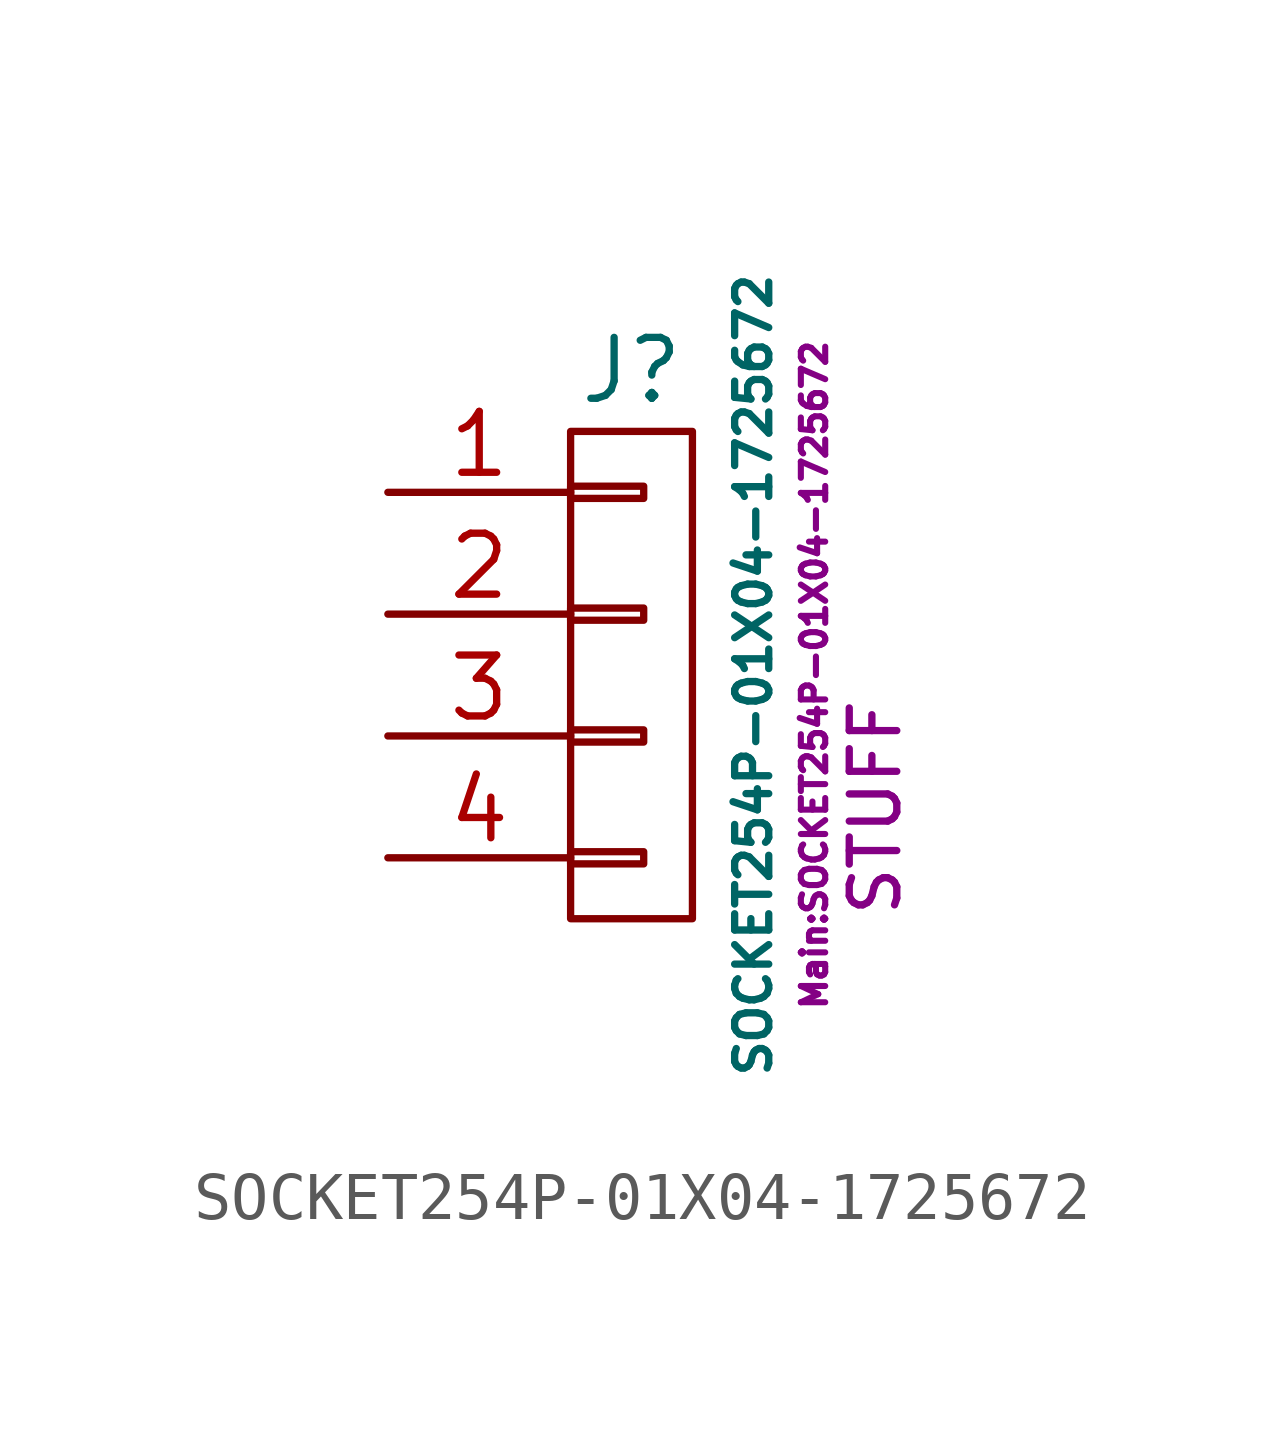
<source format=kicad_sym>
(kicad_symbol_lib
  (version 20211014)
  (generator kicad_symbol_editor)
  (symbol "SOCKET254P-01X04-1725672"
    (pin_names
      (offset 1.016) hide)
    (property "Reference" "J"
      (at 0 6.35 0)
      (effects (font (size 1.27 1.27))))
    (property "Value" "SOCKET254P-01X04-1725672"
      (at 2.54 0 90)
      (effects (font (size 0.711 0.711))))
    (property "Footprint" "Main:SOCKET254P-01X04-1725672"
      (at 3.81 0 90)
      (effects (font (size 0.508 0.508))))
    (property "Datasheet" ""
      (at 0 6.35 0)
      (effects (font (size 1.27 1.27))))
    (property "SKU" "STUFF"
      (at 5.08 -5.08 90)
      (effects (font (size 0.991 0.991)) (justify left)))
    (symbol "SOCKET254P-01X04-1725672_0_1"
      (rectangle (start -1.27 -3.683) (end 0.254 -3.937) (stroke (width 0) (type default) (color 0 0 0 0)) (fill (type none)))
      (rectangle (start -1.27 -1.143) (end 0.254 -1.397) (stroke (width 0) (type default) (color 0 0 0 0)) (fill (type none)))
      (rectangle (start -1.27 1.397) (end 0.254 1.143) (stroke (width 0) (type default) (color 0 0 0 0)) (fill (type none)))
      (rectangle (start -1.27 3.937) (end 0.254 3.683) (stroke (width 0) (type default) (color 0 0 0 0)) (fill (type none)))
      (rectangle (start -1.27 5.08) (end 1.27 -5.08) (stroke (width 0) (type default) (color 0 0 0 0)) (fill (type none))))
    (symbol "SOCKET254P-01X04-1725672_1_1"
      (pin passive line (at -5.08 3.81 0) (length 3.81) (name "P1" (effects (font (size 1.27 1.27)))) (number "1" (effects (font (size 1.27 1.27)))))
      (pin passive line (at -5.08 1.27 0) (length 3.81) (name "P2" (effects (font (size 1.27 1.27)))) (number "2" (effects (font (size 1.27 1.27)))))
      (pin passive line (at -5.08 -1.27 0) (length 3.81) (name "P3" (effects (font (size 1.27 1.27)))) (number "3" (effects (font (size 1.27 1.27)))))
      (pin passive line (at -5.08 -3.81 0) (length 3.81) (name "P4" (effects (font (size 1.27 1.27)))) (number "4" (effects (font (size 1.27 1.27))))))))
</source>
